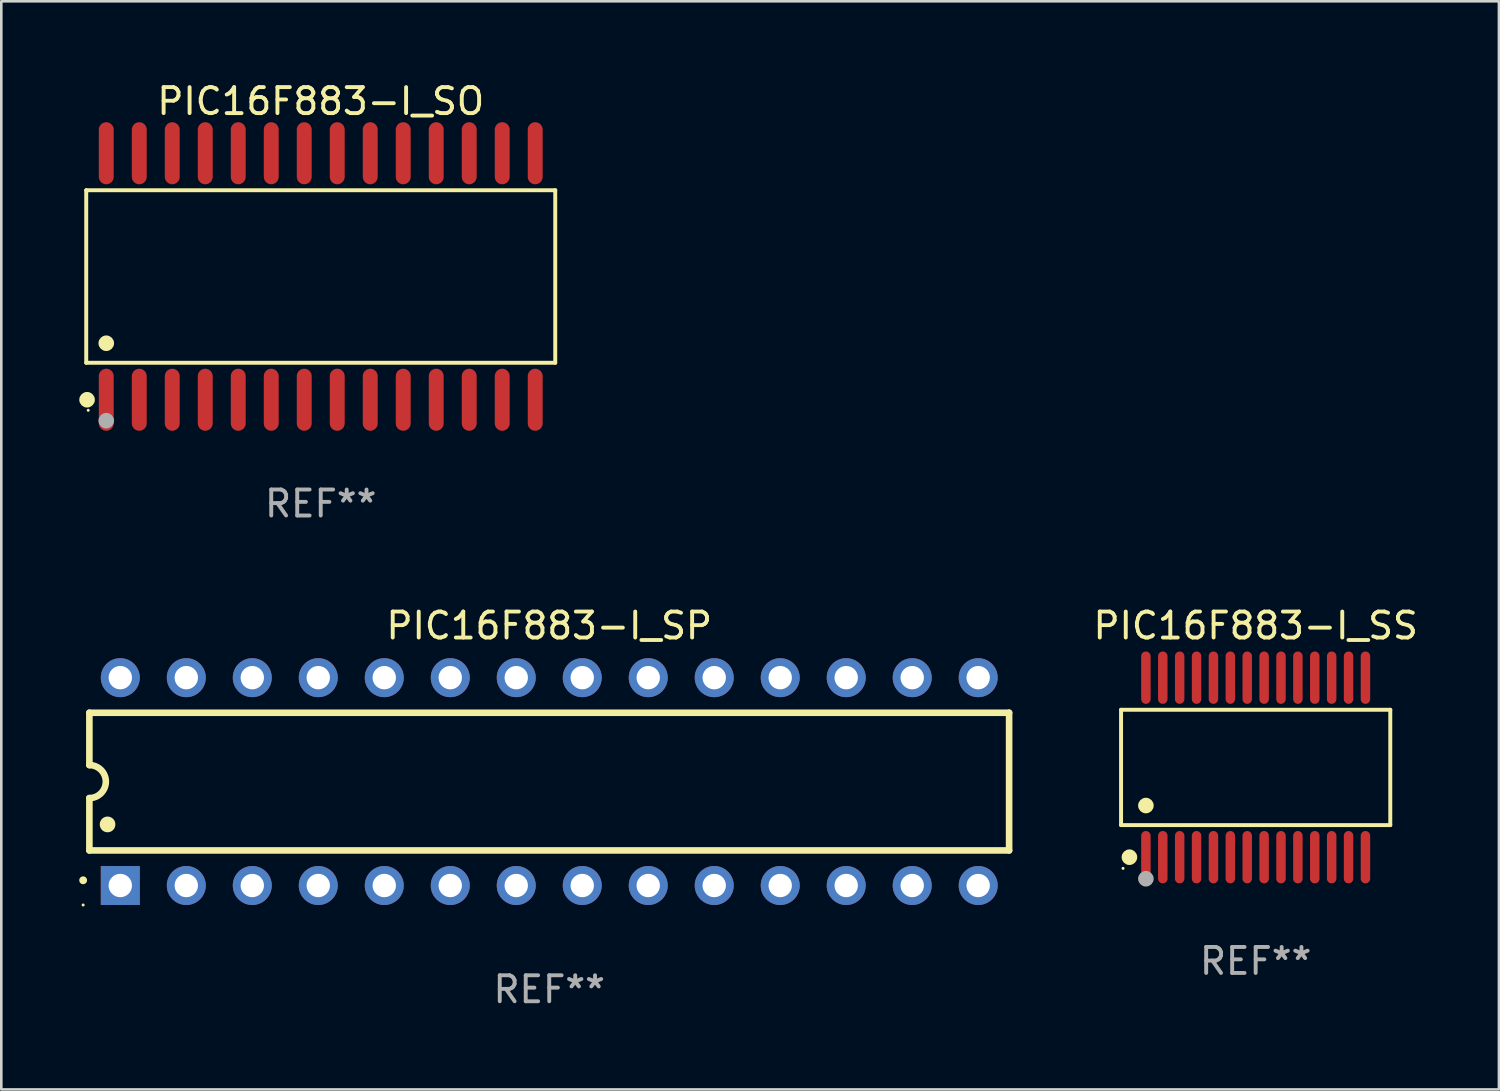
<source format=kicad_pcb>
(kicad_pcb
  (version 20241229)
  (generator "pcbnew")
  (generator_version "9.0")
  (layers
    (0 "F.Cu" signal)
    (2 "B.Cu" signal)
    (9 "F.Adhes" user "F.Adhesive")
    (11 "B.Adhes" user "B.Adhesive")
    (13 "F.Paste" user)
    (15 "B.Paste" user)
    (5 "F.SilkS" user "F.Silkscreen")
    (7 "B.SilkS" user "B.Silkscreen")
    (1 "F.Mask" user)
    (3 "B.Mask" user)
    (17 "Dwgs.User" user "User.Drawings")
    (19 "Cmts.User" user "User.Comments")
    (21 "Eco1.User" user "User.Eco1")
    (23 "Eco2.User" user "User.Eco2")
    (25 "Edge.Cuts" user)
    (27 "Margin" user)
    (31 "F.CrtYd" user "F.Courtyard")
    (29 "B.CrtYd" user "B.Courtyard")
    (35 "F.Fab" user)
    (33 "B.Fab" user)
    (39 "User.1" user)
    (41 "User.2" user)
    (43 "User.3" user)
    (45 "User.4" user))
  (footprint "PIC16F883-I_SP"
    (layer "F.Cu")
    (at 18.09 27.033)
    (property "Reference" "PIC16F883-I_SP" (at 0 -6 0) (layer "F.SilkS") (effects (font (size 1 1) (thickness 0.15))))
    (attr through_hole)
    (fp_line (start -17.7 -2.65) (end 17.7 -2.65) (stroke (width 0.254) (type solid)) (layer "F.SilkS"))
    (fp_line (start -17.7 -0.635) (end -17.7 -2.65) (stroke (width 0.254) (type solid)) (layer "F.SilkS"))
    (fp_line (start -17.7 2.65) (end -17.7 0.635) (stroke (width 0.254) (type solid)) (layer "F.SilkS"))
    (fp_line (start 17.7 -2.65) (end 17.7 2.65) (stroke (width 0.254) (type solid)) (layer "F.SilkS"))
    (fp_line (start 17.7 2.65) (end -17.7 2.65) (stroke (width 0.254) (type solid)) (layer "F.SilkS"))
    (fp_arc (start -17.940056 3.799848) (mid -17.940061 3.798578) (end -17.940056 3.797308) (stroke (width 0.3) (type solid)) (layer "F.SilkS"))
    (fp_arc (start -17.701295 -0.635001) (mid -17.066294 0) (end -17.701295 0.635001) (stroke (width 0.254001) (type solid)) (layer "F.SilkS"))
    (fp_arc (start -17.000254 1.651003) (mid -17.000265 1.648463) (end -17.000254 1.645923) (stroke (width 0.6) (type solid)) (layer "F.SilkS"))
    (fp_circle (center -17.94 4.75) (end -17.91 4.75) (stroke (width 0.06) (type solid)) (fill no) (layer "F.SilkS"))
    (fp_text user "REF**" (at 0 8 0) (layer "F.Fab") (effects (font (size 1 1) (thickness 0.15))))
    (pad "1" thru_hole rect (at -16.51 4 90) (size 1.5 1.5) (drill 0.9) (layers "*.Cu" "*.Mask"))
    (pad "2" thru_hole circle (at -13.97 4) (size 1.5 1.5) (drill 0.9) (layers "*.Cu" "*.Mask"))
    (pad "3" thru_hole circle (at -11.43 4) (size 1.5 1.5) (drill 0.9) (layers "*.Cu" "*.Mask"))
    (pad "4" thru_hole circle (at -8.89 4) (size 1.5 1.5) (drill 0.9) (layers "*.Cu" "*.Mask"))
    (pad "5" thru_hole circle (at -6.35 4) (size 1.5 1.5) (drill 0.9) (layers "*.Cu" "*.Mask"))
    (pad "6" thru_hole circle (at -3.81 4) (size 1.5 1.5) (drill 0.9) (layers "*.Cu" "*.Mask"))
    (pad "7" thru_hole circle (at -1.27 4) (size 1.5 1.5) (drill 0.9) (layers "*.Cu" "*.Mask"))
    (pad "8" thru_hole circle (at 1.27 4) (size 1.5 1.5) (drill 0.9) (layers "*.Cu" "*.Mask"))
    (pad "9" thru_hole circle (at 3.81 4) (size 1.5 1.5) (drill 0.9) (layers "*.Cu" "*.Mask"))
    (pad "10" thru_hole circle (at 6.35 4) (size 1.5 1.5) (drill 0.9) (layers "*.Cu" "*.Mask"))
    (pad "11" thru_hole circle (at 8.89 4) (size 1.5 1.5) (drill 0.9) (layers "*.Cu" "*.Mask"))
    (pad "12" thru_hole circle (at 11.43 4) (size 1.5 1.5) (drill 0.9) (layers "*.Cu" "*.Mask"))
    (pad "13" thru_hole circle (at 13.97 4) (size 1.5 1.5) (drill 0.9) (layers "*.Cu" "*.Mask"))
    (pad "14" thru_hole circle (at 16.51 4) (size 1.5 1.5) (drill 0.9) (layers "*.Cu" "*.Mask"))
    (pad "15" thru_hole circle (at 16.51 -4) (size 1.5 1.5) (drill 0.9) (layers "*.Cu" "*.Mask"))
    (pad "16" thru_hole circle (at 13.97 -4) (size 1.5 1.5) (drill 0.9) (layers "*.Cu" "*.Mask"))
    (pad "17" thru_hole circle (at 11.43 -4) (size 1.5 1.5) (drill 0.9) (layers "*.Cu" "*.Mask"))
    (pad "18" thru_hole circle (at 8.89 -4) (size 1.5 1.5) (drill 0.9) (layers "*.Cu" "*.Mask"))
    (pad "19" thru_hole circle (at 6.35 -4) (size 1.5 1.5) (drill 0.9) (layers "*.Cu" "*.Mask"))
    (pad "20" thru_hole circle (at 3.81 -4) (size 1.5 1.5) (drill 0.9) (layers "*.Cu" "*.Mask"))
    (pad "21" thru_hole circle (at 1.27 -4) (size 1.5 1.5) (drill 0.9) (layers "*.Cu" "*.Mask"))
    (pad "22" thru_hole circle (at -1.27 -4) (size 1.5 1.5) (drill 0.9) (layers "*.Cu" "*.Mask"))
    (pad "23" thru_hole circle (at -3.81 -4) (size 1.5 1.5) (drill 0.9) (layers "*.Cu" "*.Mask"))
    (pad "24" thru_hole circle (at -6.35 -4) (size 1.5 1.5) (drill 0.9) (layers "*.Cu" "*.Mask"))
    (pad "25" thru_hole circle (at -8.89 -4) (size 1.5 1.5) (drill 0.9) (layers "*.Cu" "*.Mask"))
    (pad "26" thru_hole circle (at -11.43 -4) (size 1.5 1.5) (drill 0.9) (layers "*.Cu" "*.Mask"))
    (pad "27" thru_hole circle (at -13.97 -4) (size 1.5 1.5) (drill 0.9) (layers "*.Cu" "*.Mask"))
    (pad "28" thru_hole circle (at -16.51 -4) (size 1.5 1.5) (drill 0.9) (layers "*.Cu" "*.Mask")))
  (footprint "PIC16F883-I_SO"
    (layer "F.Cu")
    (at 9.295 7.592)
    (property "Reference" "PIC16F883-I_SO" (at 0 -6.744 0) (layer "F.SilkS") (effects (font (size 1 1) (thickness 0.15))))
    (attr through_hole)
    (fp_line (start -9.026 -3.321) (end 9.026 -3.321) (stroke (width 0.152) (type solid)) (layer "F.SilkS"))
    (fp_line (start -9.026 3.321) (end -9.026 -3.321) (stroke (width 0.152) (type solid)) (layer "F.SilkS"))
    (fp_line (start 9.026 -3.321) (end 9.026 3.321) (stroke (width 0.152) (type solid)) (layer "F.SilkS"))
    (fp_line (start 9.026 3.321) (end -9.026 3.321) (stroke (width 0.152) (type solid)) (layer "F.SilkS"))
    (fp_circle (center -8.994 4.744) (end -8.844 4.744) (stroke (width 0.3) (type solid)) (fill no) (layer "F.SilkS"))
    (fp_circle (center -8.95 5.15) (end -8.92 5.15) (stroke (width 0.06) (type solid)) (fill no) (layer "F.SilkS"))
    (fp_circle (center -8.255 2.569) (end -8.105 2.569) (stroke (width 0.3) (type solid)) (fill no) (layer "F.SilkS"))
    (fp_circle (center -8.255 5.55) (end -8.105 5.55) (stroke (width 0.3) (type solid)) (fill no) (layer "F.Fab"))
    (fp_text user "REF**" (at 0 8.744 0) (layer "F.Fab") (effects (font (size 1 1) (thickness 0.15))))
    (pad "1" smd oval (at -8.255 4.744) (size 0.574 2.388) (layers "F.Cu" "F.Mask" "F.Paste"))
    (pad "2" smd oval (at -6.985 4.744) (size 0.574 2.388) (layers "F.Cu" "F.Mask" "F.Paste"))
    (pad "3" smd oval (at -5.715 4.744) (size 0.574 2.388) (layers "F.Cu" "F.Mask" "F.Paste"))
    (pad "4" smd oval (at -4.445 4.744) (size 0.574 2.388) (layers "F.Cu" "F.Mask" "F.Paste"))
    (pad "5" smd oval (at -3.175 4.744) (size 0.574 2.388) (layers "F.Cu" "F.Mask" "F.Paste"))
    (pad "6" smd oval (at -1.905 4.744) (size 0.574 2.388) (layers "F.Cu" "F.Mask" "F.Paste"))
    (pad "7" smd oval (at -0.635 4.744) (size 0.574 2.388) (layers "F.Cu" "F.Mask" "F.Paste"))
    (pad "8" smd oval (at 0.635 4.744) (size 0.574 2.388) (layers "F.Cu" "F.Mask" "F.Paste"))
    (pad "9" smd oval (at 1.905 4.744) (size 0.574 2.388) (layers "F.Cu" "F.Mask" "F.Paste"))
    (pad "10" smd oval (at 3.175 4.744) (size 0.574 2.388) (layers "F.Cu" "F.Mask" "F.Paste"))
    (pad "11" smd oval (at 4.445 4.744) (size 0.574 2.388) (layers "F.Cu" "F.Mask" "F.Paste"))
    (pad "12" smd oval (at 5.715 4.744) (size 0.574 2.388) (layers "F.Cu" "F.Mask" "F.Paste"))
    (pad "13" smd oval (at 6.985 4.744) (size 0.574 2.388) (layers "F.Cu" "F.Mask" "F.Paste"))
    (pad "14" smd oval (at 8.255 4.744) (size 0.574 2.388) (layers "F.Cu" "F.Mask" "F.Paste"))
    (pad "15" smd oval (at 8.255 -4.744) (size 0.574 2.388) (layers "F.Cu" "F.Mask" "F.Paste"))
    (pad "16" smd oval (at 6.985 -4.744) (size 0.574 2.388) (layers "F.Cu" "F.Mask" "F.Paste"))
    (pad "17" smd oval (at 5.715 -4.744) (size 0.574 2.388) (layers "F.Cu" "F.Mask" "F.Paste"))
    (pad "18" smd oval (at 4.445 -4.744) (size 0.574 2.388) (layers "F.Cu" "F.Mask" "F.Paste"))
    (pad "19" smd oval (at 3.175 -4.744) (size 0.574 2.388) (layers "F.Cu" "F.Mask" "F.Paste"))
    (pad "20" smd oval (at 1.905 -4.744) (size 0.574 2.388) (layers "F.Cu" "F.Mask" "F.Paste"))
    (pad "21" smd oval (at 0.635 -4.744) (size 0.574 2.388) (layers "F.Cu" "F.Mask" "F.Paste"))
    (pad "22" smd oval (at -0.635 -4.744) (size 0.574 2.388) (layers "F.Cu" "F.Mask" "F.Paste"))
    (pad "23" smd oval (at -1.905 -4.744) (size 0.574 2.388) (layers "F.Cu" "F.Mask" "F.Paste"))
    (pad "24" smd oval (at -3.175 -4.744) (size 0.574 2.388) (layers "F.Cu" "F.Mask" "F.Paste"))
    (pad "25" smd oval (at -4.445 -4.744) (size 0.574 2.388) (layers "F.Cu" "F.Mask" "F.Paste"))
    (pad "26" smd oval (at -5.715 -4.744) (size 0.574 2.388) (layers "F.Cu" "F.Mask" "F.Paste"))
    (pad "27" smd oval (at -6.985 -4.744) (size 0.574 2.388) (layers "F.Cu" "F.Mask" "F.Paste"))
    (pad "28" smd oval (at -8.255 -4.744) (size 0.574 2.388) (layers "F.Cu" "F.Mask" "F.Paste")))
  (footprint "PIC16F883-I_SS"
    (layer "F.Cu")
    (at 45.28 26.488)
    (property "Reference" "PIC16F883-I_SS" (at 0 -5.455 0) (layer "F.SilkS") (effects (font (size 1 1) (thickness 0.15))))
    (attr through_hole)
    (fp_line (start -5.181 -2.219) (end 5.181 -2.219) (stroke (width 0.152) (type solid)) (layer "F.SilkS"))
    (fp_line (start -5.181 2.219) (end -5.181 -2.219) (stroke (width 0.152) (type solid)) (layer "F.SilkS"))
    (fp_line (start 5.181 -2.219) (end 5.181 2.219) (stroke (width 0.152) (type solid)) (layer "F.SilkS"))
    (fp_line (start 5.181 2.219) (end -5.181 2.219) (stroke (width 0.152) (type solid)) (layer "F.SilkS"))
    (fp_circle (center -5.105 3.885) (end -5.075 3.885) (stroke (width 0.06) (type solid)) (fill no) (layer "F.SilkS"))
    (fp_circle (center -4.859 3.455) (end -4.709 3.455) (stroke (width 0.3) (type solid)) (fill no) (layer "F.SilkS"))
    (fp_circle (center -4.225 1.467) (end -4.075 1.467) (stroke (width 0.3) (type solid)) (fill no) (layer "F.SilkS"))
    (fp_circle (center -4.225 4.285) (end -4.075 4.285) (stroke (width 0.3) (type solid)) (fill no) (layer "F.Fab"))
    (fp_text user "REF**" (at 0 7.455 0) (layer "F.Fab") (effects (font (size 1 1) (thickness 0.15))))
    (pad "1" smd oval (at -4.225 3.455) (size 0.364 2.015) (layers "F.Cu" "F.Mask" "F.Paste"))
    (pad "2" smd oval (at -3.575 3.455) (size 0.364 2.015) (layers "F.Cu" "F.Mask" "F.Paste"))
    (pad "3" smd oval (at -2.925 3.455) (size 0.364 2.015) (layers "F.Cu" "F.Mask" "F.Paste"))
    (pad "4" smd oval (at -2.275 3.455) (size 0.364 2.015) (layers "F.Cu" "F.Mask" "F.Paste"))
    (pad "5" smd oval (at -1.625 3.455) (size 0.364 2.015) (layers "F.Cu" "F.Mask" "F.Paste"))
    (pad "6" smd oval (at -0.975 3.455) (size 0.364 2.015) (layers "F.Cu" "F.Mask" "F.Paste"))
    (pad "7" smd oval (at -0.325 3.455) (size 0.364 2.015) (layers "F.Cu" "F.Mask" "F.Paste"))
    (pad "8" smd oval (at 0.325 3.455) (size 0.364 2.015) (layers "F.Cu" "F.Mask" "F.Paste"))
    (pad "9" smd oval (at 0.975 3.455) (size 0.364 2.015) (layers "F.Cu" "F.Mask" "F.Paste"))
    (pad "10" smd oval (at 1.625 3.455) (size 0.364 2.015) (layers "F.Cu" "F.Mask" "F.Paste"))
    (pad "11" smd oval (at 2.275 3.455) (size 0.364 2.015) (layers "F.Cu" "F.Mask" "F.Paste"))
    (pad "12" smd oval (at 2.925 3.455) (size 0.364 2.015) (layers "F.Cu" "F.Mask" "F.Paste"))
    (pad "13" smd oval (at 3.575 3.455) (size 0.364 2.015) (layers "F.Cu" "F.Mask" "F.Paste"))
    (pad "14" smd oval (at 4.225 3.455) (size 0.364 2.015) (layers "F.Cu" "F.Mask" "F.Paste"))
    (pad "15" smd oval (at 4.225 -3.455) (size 0.364 2.015) (layers "F.Cu" "F.Mask" "F.Paste"))
    (pad "16" smd oval (at 3.575 -3.455) (size 0.364 2.015) (layers "F.Cu" "F.Mask" "F.Paste"))
    (pad "17" smd oval (at 2.925 -3.455) (size 0.364 2.015) (layers "F.Cu" "F.Mask" "F.Paste"))
    (pad "18" smd oval (at 2.275 -3.455) (size 0.364 2.015) (layers "F.Cu" "F.Mask" "F.Paste"))
    (pad "19" smd oval (at 1.625 -3.455) (size 0.364 2.015) (layers "F.Cu" "F.Mask" "F.Paste"))
    (pad "20" smd oval (at 0.975 -3.455) (size 0.364 2.015) (layers "F.Cu" "F.Mask" "F.Paste"))
    (pad "21" smd oval (at 0.325 -3.455) (size 0.364 2.015) (layers "F.Cu" "F.Mask" "F.Paste"))
    (pad "22" smd oval (at -0.325 -3.455) (size 0.364 2.015) (layers "F.Cu" "F.Mask" "F.Paste"))
    (pad "23" smd oval (at -0.975 -3.455) (size 0.364 2.015) (layers "F.Cu" "F.Mask" "F.Paste"))
    (pad "24" smd oval (at -1.625 -3.455) (size 0.364 2.015) (layers "F.Cu" "F.Mask" "F.Paste"))
    (pad "25" smd oval (at -2.275 -3.455) (size 0.364 2.015) (layers "F.Cu" "F.Mask" "F.Paste"))
    (pad "26" smd oval (at -2.925 -3.455) (size 0.364 2.015) (layers "F.Cu" "F.Mask" "F.Paste"))
    (pad "27" smd oval (at -3.575 -3.455) (size 0.364 2.015) (layers "F.Cu" "F.Mask" "F.Paste"))
    (pad "28" smd oval (at -4.225 -3.455) (size 0.364 2.015) (layers "F.Cu" "F.Mask" "F.Paste")))
  (gr_rect
    (start -3 -3)
    (end 54.643 38.881)
    (stroke (width 0.1) (type default))
    (fill no)
    (layer "Edge.Cuts")))
</source>
